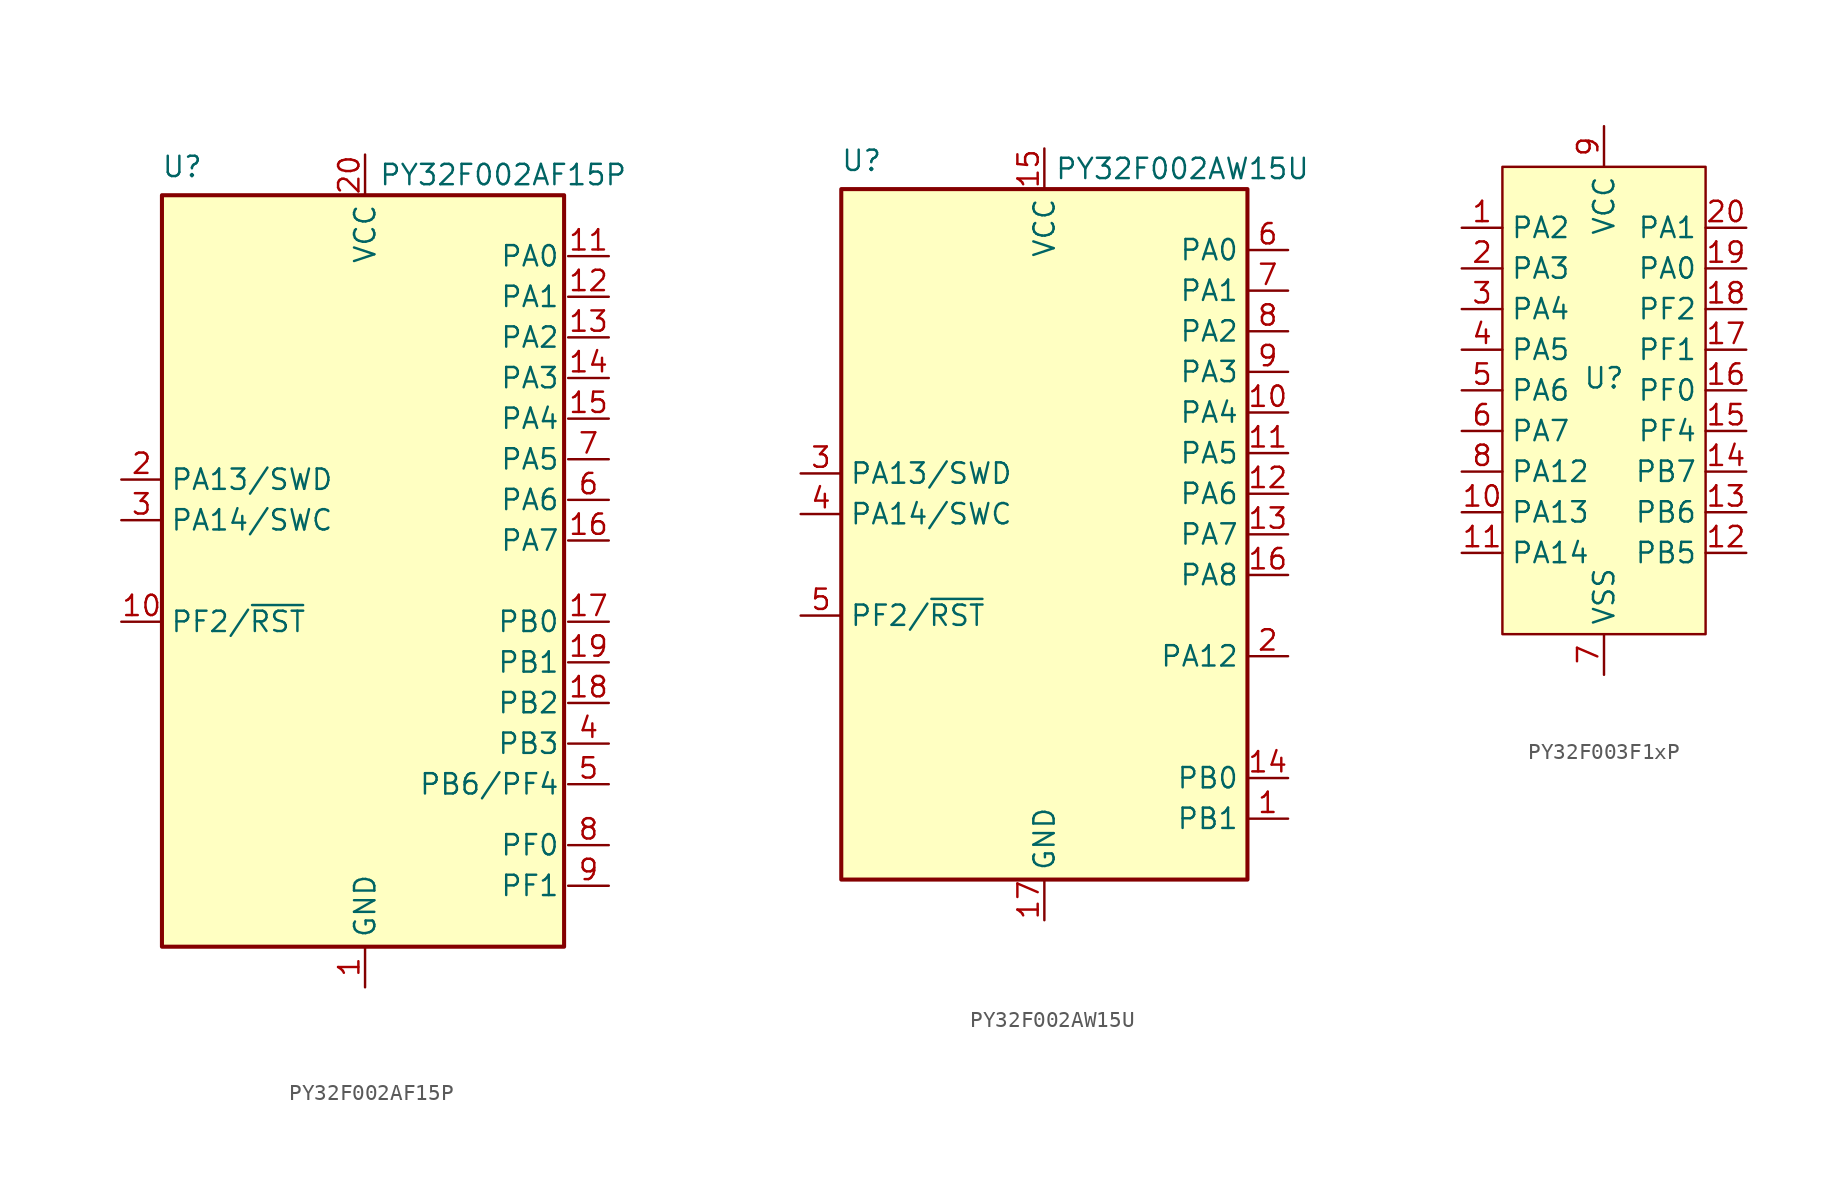
<source format=kicad_sym>
(kicad_symbol_lib
  (version 20231120)
  (generator "kicad_symbol_editor")
  (generator_version "8.0")
  (symbol "PY32F002AF15P"
    (property "Reference" "U"
      (at -11.43 24.638 0)
      (effects (font (size 1.27 1.27))))
    (property "Value" "PY32F002AF15P"
      (at 8.636 24.13 0)
      (effects (font (size 1.27 1.27))))
    (symbol "PY32F002AF15P_1_1"
      (rectangle (start -12.7 22.86) (end 12.446 -24.13) (stroke (width 0.254) (type default)) (fill (type background)))
      (pin power_in line (at 0 -26.67 90) (length 2.54) (name "GND" (effects (font (size 1.27 1.27)))) (number "1" (effects (font (size 1.27 1.27)))))
      (pin bidirectional line (at -15.24 -3.81 0) (length 2.54) (name "PF2/~{RST}" (effects (font (size 1.27 1.27)))) (number "10" (effects (font (size 1.27 1.27)))))
      (pin bidirectional line (at 15.24 19.05 180) (length 2.54) (name "PA0" (effects (font (size 1.27 1.27)))) (number "11" (effects (font (size 1.27 1.27)))))
      (pin bidirectional line (at 15.24 16.51 180) (length 2.54) (name "PA1" (effects (font (size 1.27 1.27)))) (number "12" (effects (font (size 1.27 1.27)))))
      (pin bidirectional line (at 15.24 13.97 180) (length 2.54) (name "PA2" (effects (font (size 1.27 1.27)))) (number "13" (effects (font (size 1.27 1.27)))))
      (pin bidirectional line (at 15.24 11.43 180) (length 2.54) (name "PA3" (effects (font (size 1.27 1.27)))) (number "14" (effects (font (size 1.27 1.27)))))
      (pin bidirectional line (at 15.24 8.89 180) (length 2.54) (name "PA4" (effects (font (size 1.27 1.27)))) (number "15" (effects (font (size 1.27 1.27)))))
      (pin bidirectional line (at 15.24 1.27 180) (length 2.54) (name "PA7" (effects (font (size 1.27 1.27)))) (number "16" (effects (font (size 1.27 1.27)))))
      (pin bidirectional line (at 15.24 -3.81 180) (length 2.54) (name "PB0" (effects (font (size 1.27 1.27)))) (number "17" (effects (font (size 1.27 1.27)))))
      (pin bidirectional line (at 15.24 -8.89 180) (length 2.54) (name "PB2" (effects (font (size 1.27 1.27)))) (number "18" (effects (font (size 1.27 1.27)))))
      (pin bidirectional line (at 15.24 -6.35 180) (length 2.54) (name "PB1" (effects (font (size 1.27 1.27)))) (number "19" (effects (font (size 1.27 1.27)))))
      (pin bidirectional line (at -15.24 5.08 0) (length 2.54) (name "PA13/SWD" (effects (font (size 1.27 1.27)))) (number "2" (effects (font (size 1.27 1.27)))))
      (pin power_in line (at 0 25.4 270) (length 2.54) (name "VCC" (effects (font (size 1.27 1.27)))) (number "20" (effects (font (size 1.27 1.27)))))
      (pin bidirectional line (at -15.24 2.54 0) (length 2.54) (name "PA14/SWC" (effects (font (size 1.27 1.27)))) (number "3" (effects (font (size 1.27 1.27)))))
      (pin bidirectional line (at 15.24 -11.43 180) (length 2.54) (name "PB3" (effects (font (size 1.27 1.27)))) (number "4" (effects (font (size 1.27 1.27)))))
      (pin bidirectional line (at 15.24 -13.97 180) (length 2.54) (name "PB6/PF4" (effects (font (size 1.27 1.27)))) (number "5" (effects (font (size 1.27 1.27)))))
      (pin bidirectional line (at 15.24 3.81 180) (length 2.54) (name "PA6" (effects (font (size 1.27 1.27)))) (number "6" (effects (font (size 1.27 1.27)))))
      (pin bidirectional line (at 15.24 6.35 180) (length 2.54) (name "PA5" (effects (font (size 1.27 1.27)))) (number "7" (effects (font (size 1.27 1.27)))))
      (pin bidirectional line (at 15.24 -17.78 180) (length 2.54) (name "PF0" (effects (font (size 1.27 1.27)))) (number "8" (effects (font (size 1.27 1.27)))))
      (pin bidirectional line (at 15.24 -20.32 180) (length 2.54) (name "PF1" (effects (font (size 1.27 1.27)))) (number "9" (effects (font (size 1.27 1.27)))))))
  (symbol "PY32F002AW15U"
    (property "Reference" "U"
      (at -11.43 24.638 0)
      (effects (font (size 1.27 1.27))))
    (property "Value" "PY32F002AW15U"
      (at 8.636 24.13 0)
      (effects (font (size 1.27 1.27))))
    (symbol "PY32F002AW15U_1_1"
      (rectangle (start -12.7 22.86) (end 12.7 -20.32) (stroke (width 0.254) (type default)) (fill (type background)))
      (pin bidirectional line (at 15.24 -16.51 180) (length 2.54) (name "PB1" (effects (font (size 1.27 1.27)))) (number "1" (effects (font (size 1.27 1.27)))))
      (pin bidirectional line (at 15.24 8.89 180) (length 2.54) (name "PA4" (effects (font (size 1.27 1.27)))) (number "10" (effects (font (size 1.27 1.27)))))
      (pin bidirectional line (at 15.24 6.35 180) (length 2.54) (name "PA5" (effects (font (size 1.27 1.27)))) (number "11" (effects (font (size 1.27 1.27)))))
      (pin bidirectional line (at 15.24 3.81 180) (length 2.54) (name "PA6" (effects (font (size 1.27 1.27)))) (number "12" (effects (font (size 1.27 1.27)))))
      (pin bidirectional line (at 15.24 1.27 180) (length 2.54) (name "PA7" (effects (font (size 1.27 1.27)))) (number "13" (effects (font (size 1.27 1.27)))))
      (pin bidirectional line (at 15.24 -13.97 180) (length 2.54) (name "PB0" (effects (font (size 1.27 1.27)))) (number "14" (effects (font (size 1.27 1.27)))))
      (pin power_in line (at 0 25.4 270) (length 2.54) (name "VCC" (effects (font (size 1.27 1.27)))) (number "15" (effects (font (size 1.27 1.27)))))
      (pin bidirectional line (at 15.24 -1.27 180) (length 2.54) (name "PA8" (effects (font (size 1.27 1.27)))) (number "16" (effects (font (size 1.27 1.27)))))
      (pin power_in line (at 0 -22.86 90) (length 2.54) (name "GND" (effects (font (size 1.27 1.27)))) (number "17" (effects (font (size 1.27 1.27)))))
      (pin bidirectional line (at 15.24 -6.35 180) (length 2.54) (name "PA12" (effects (font (size 1.27 1.27)))) (number "2" (effects (font (size 1.27 1.27)))))
      (pin bidirectional line (at -15.24 5.08 0) (length 2.54) (name "PA13/SWD" (effects (font (size 1.27 1.27)))) (number "3" (effects (font (size 1.27 1.27)))))
      (pin bidirectional line (at -15.24 2.54 0) (length 2.54) (name "PA14/SWC" (effects (font (size 1.27 1.27)))) (number "4" (effects (font (size 1.27 1.27)))))
      (pin bidirectional line (at -15.24 -3.81 0) (length 2.54) (name "PF2/~{RST}" (effects (font (size 1.27 1.27)))) (number "5" (effects (font (size 1.27 1.27)))))
      (pin bidirectional line (at 15.24 19.05 180) (length 2.54) (name "PA0" (effects (font (size 1.27 1.27)))) (number "6" (effects (font (size 1.27 1.27)))))
      (pin bidirectional line (at 15.24 16.51 180) (length 2.54) (name "PA1" (effects (font (size 1.27 1.27)))) (number "7" (effects (font (size 1.27 1.27)))))
      (pin bidirectional line (at 15.24 13.97 180) (length 2.54) (name "PA2" (effects (font (size 1.27 1.27)))) (number "8" (effects (font (size 1.27 1.27)))))
      (pin bidirectional line (at 15.24 11.43 180) (length 2.54) (name "PA3" (effects (font (size 1.27 1.27)))) (number "9" (effects (font (size 1.27 1.27)))))))
  (symbol "PY32F003F1xP"
    (property "Reference" "U"
      (at 0 -0.508 0)
      (effects (font (size 1.27 1.27))))
    (property "Value" ""
      (at -6.35 11.43 0)
      (effects (font (size 1.27 1.27))))
    (symbol "PY32F003F1xP_1_1"
      (rectangle (start -6.35 12.7) (end 6.35 -16.51) (stroke (width 0) (type default)) (fill (type background)))
      (pin bidirectional line (at -8.89 8.89 0) (length 2.54) (name "PA2" (effects (font (size 1.27 1.27)))) (number "1" (effects (font (size 1.27 1.27)))))
      (pin bidirectional line (at -8.89 -8.89 0) (length 2.54) (name "PA13" (effects (font (size 1.27 1.27)))) (number "10" (effects (font (size 1.27 1.27)))))
      (pin bidirectional line (at -8.89 -11.43 0) (length 2.54) (name "PA14" (effects (font (size 1.27 1.27)))) (number "11" (effects (font (size 1.27 1.27)))))
      (pin bidirectional line (at 8.89 -11.43 180) (length 2.54) (name "PB5" (effects (font (size 1.27 1.27)))) (number "12" (effects (font (size 1.27 1.27)))))
      (pin bidirectional line (at 8.89 -8.89 180) (length 2.54) (name "PB6" (effects (font (size 1.27 1.27)))) (number "13" (effects (font (size 1.27 1.27)))))
      (pin bidirectional line (at 8.89 -6.35 180) (length 2.54) (name "PB7" (effects (font (size 1.27 1.27)))) (number "14" (effects (font (size 1.27 1.27)))))
      (pin bidirectional line (at 8.89 -3.81 180) (length 2.54) (name "PF4" (effects (font (size 1.27 1.27)))) (number "15" (effects (font (size 1.27 1.27)))))
      (pin bidirectional line (at 8.89 -1.27 180) (length 2.54) (name "PF0" (effects (font (size 1.27 1.27)))) (number "16" (effects (font (size 1.27 1.27)))))
      (pin bidirectional line (at 8.89 1.27 180) (length 2.54) (name "PF1" (effects (font (size 1.27 1.27)))) (number "17" (effects (font (size 1.27 1.27)))))
      (pin bidirectional line (at 8.89 3.81 180) (length 2.54) (name "PF2" (effects (font (size 1.27 1.27)))) (number "18" (effects (font (size 1.27 1.27)))))
      (pin bidirectional line (at 8.89 6.35 180) (length 2.54) (name "PA0" (effects (font (size 1.27 1.27)))) (number "19" (effects (font (size 1.27 1.27)))))
      (pin bidirectional line (at -8.89 6.35 0) (length 2.54) (name "PA3" (effects (font (size 1.27 1.27)))) (number "2" (effects (font (size 1.27 1.27)))))
      (pin bidirectional line (at 8.89 8.89 180) (length 2.54) (name "PA1" (effects (font (size 1.27 1.27)))) (number "20" (effects (font (size 1.27 1.27)))))
      (pin bidirectional line (at -8.89 3.81 0) (length 2.54) (name "PA4" (effects (font (size 1.27 1.27)))) (number "3" (effects (font (size 1.27 1.27)))))
      (pin bidirectional line (at -8.89 1.27 0) (length 2.54) (name "PA5" (effects (font (size 1.27 1.27)))) (number "4" (effects (font (size 1.27 1.27)))))
      (pin bidirectional line (at -8.89 -1.27 0) (length 2.54) (name "PA6" (effects (font (size 1.27 1.27)))) (number "5" (effects (font (size 1.27 1.27)))))
      (pin bidirectional line (at -8.89 -3.81 0) (length 2.54) (name "PA7" (effects (font (size 1.27 1.27)))) (number "6" (effects (font (size 1.27 1.27)))))
      (pin power_in line (at 0 -19.05 90) (length 2.54) (name "VSS" (effects (font (size 1.27 1.27)))) (number "7" (effects (font (size 1.27 1.27)))))
      (pin bidirectional line (at -8.89 -6.35 0) (length 2.54) (name "PA12" (effects (font (size 1.27 1.27)))) (number "8" (effects (font (size 1.27 1.27)))))
      (pin power_in line (at 0 15.24 270) (length 2.54) (name "VCC" (effects (font (size 1.27 1.27)))) (number "9" (effects (font (size 1.27 1.27))))))))
</source>
